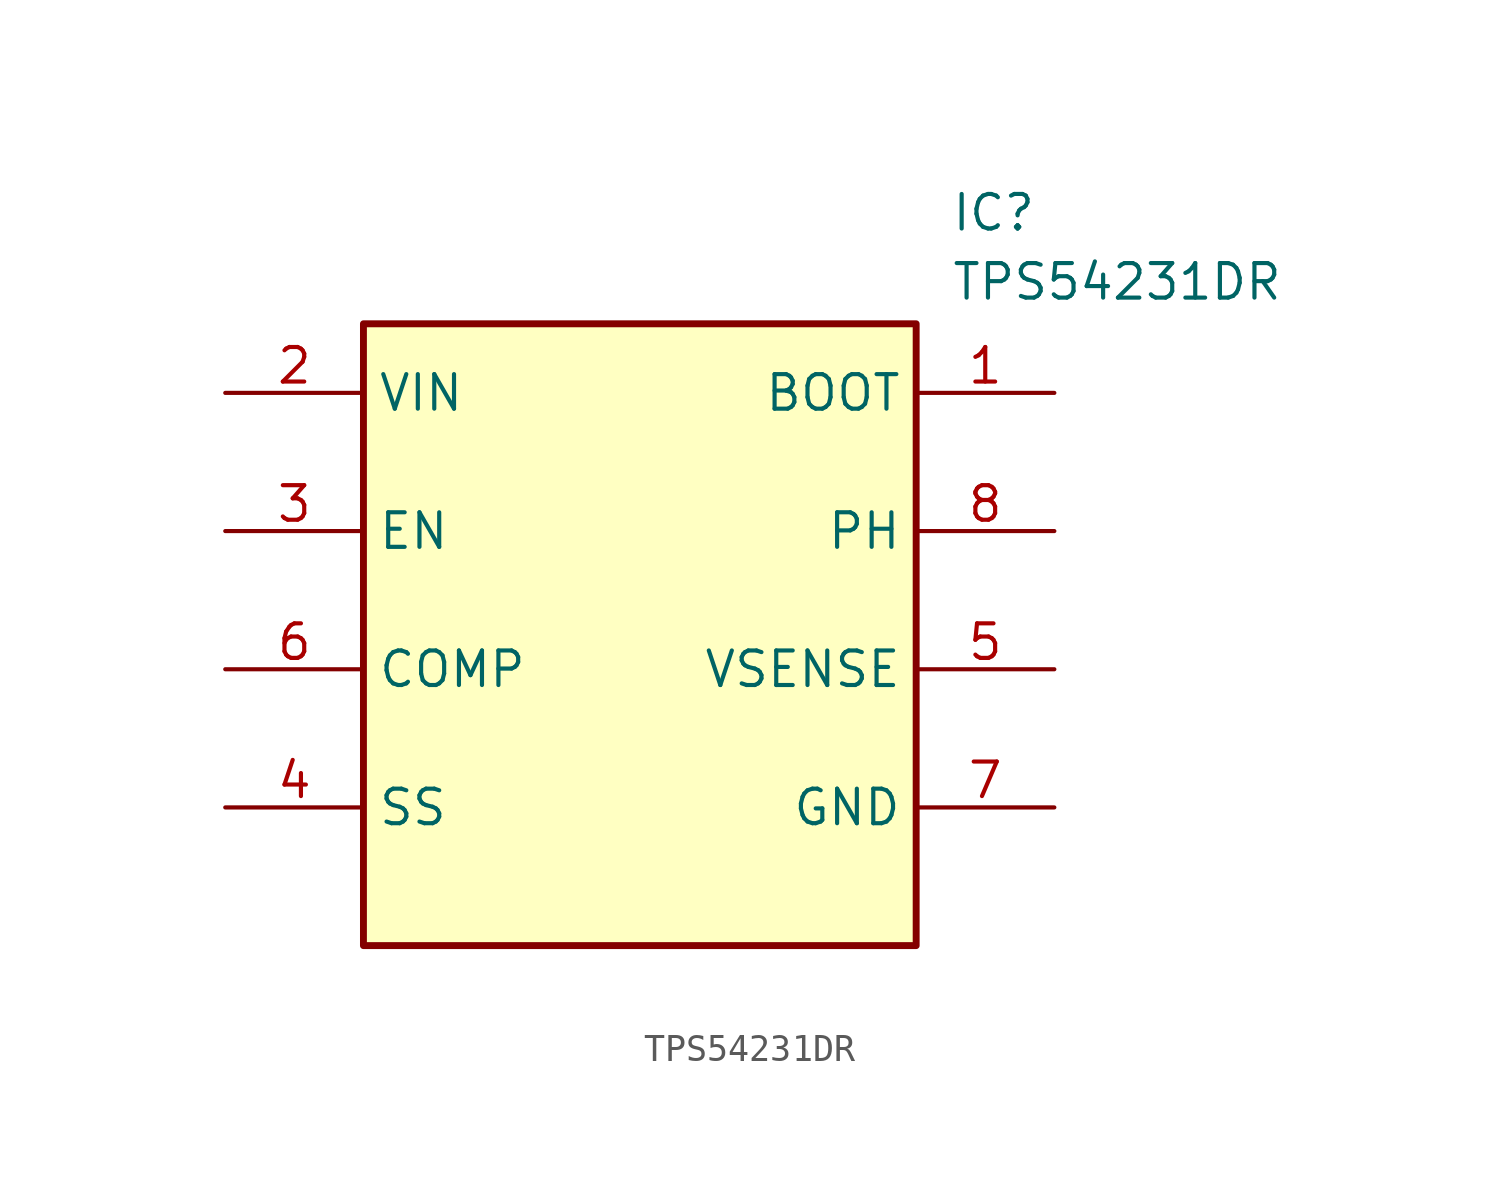
<source format=kicad_sym>
(kicad_symbol_lib
  (version 20241209)
  (generator "kicad_symbol_editor")
  (generator_version "9.0")
  (symbol "TPS54231DR"
    (property "Reference" "IC"
      (at 26.67 17.526 0)
      (effects (font (size 1.27 1.27)) (justify left top)))
    (property "Value" "TPS54231DR"
      (at 26.67 14.986 0)
      (effects (font (size 1.27 1.27)) (justify left top)))
    (symbol "TPS54231DR_1_1"
      (rectangle (start 5.08 12.7) (end 25.4 -10.16) (stroke (width 0.254) (type default)) (fill (type background)))
      (pin passive line (at 0 10.16 0) (length 5.08) (name "VIN" (effects (font (size 1.27 1.27)))) (number "2" (effects (font (size 1.27 1.27)))))
      (pin passive line (at 0 5.08 0) (length 5.08) (name "EN" (effects (font (size 1.27 1.27)))) (number "3" (effects (font (size 1.27 1.27)))))
      (pin passive line (at 0 0 0) (length 5.08) (name "COMP" (effects (font (size 1.27 1.27)))) (number "6" (effects (font (size 1.27 1.27)))))
      (pin passive line (at 0 -5.08 0) (length 5.08) (name "SS" (effects (font (size 1.27 1.27)))) (number "4" (effects (font (size 1.27 1.27)))))
      (pin passive line (at 30.48 10.16 180) (length 5.08) (name "BOOT" (effects (font (size 1.27 1.27)))) (number "1" (effects (font (size 1.27 1.27)))))
      (pin passive line (at 30.48 5.08 180) (length 5.08) (name "PH" (effects (font (size 1.27 1.27)))) (number "8" (effects (font (size 1.27 1.27)))))
      (pin passive line (at 30.48 0 180) (length 5.08) (name "VSENSE" (effects (font (size 1.27 1.27)))) (number "5" (effects (font (size 1.27 1.27)))))
      (pin passive line (at 30.48 -5.08 180) (length 5.08) (name "GND" (effects (font (size 1.27 1.27)))) (number "7" (effects (font (size 1.27 1.27))))))))
</source>
